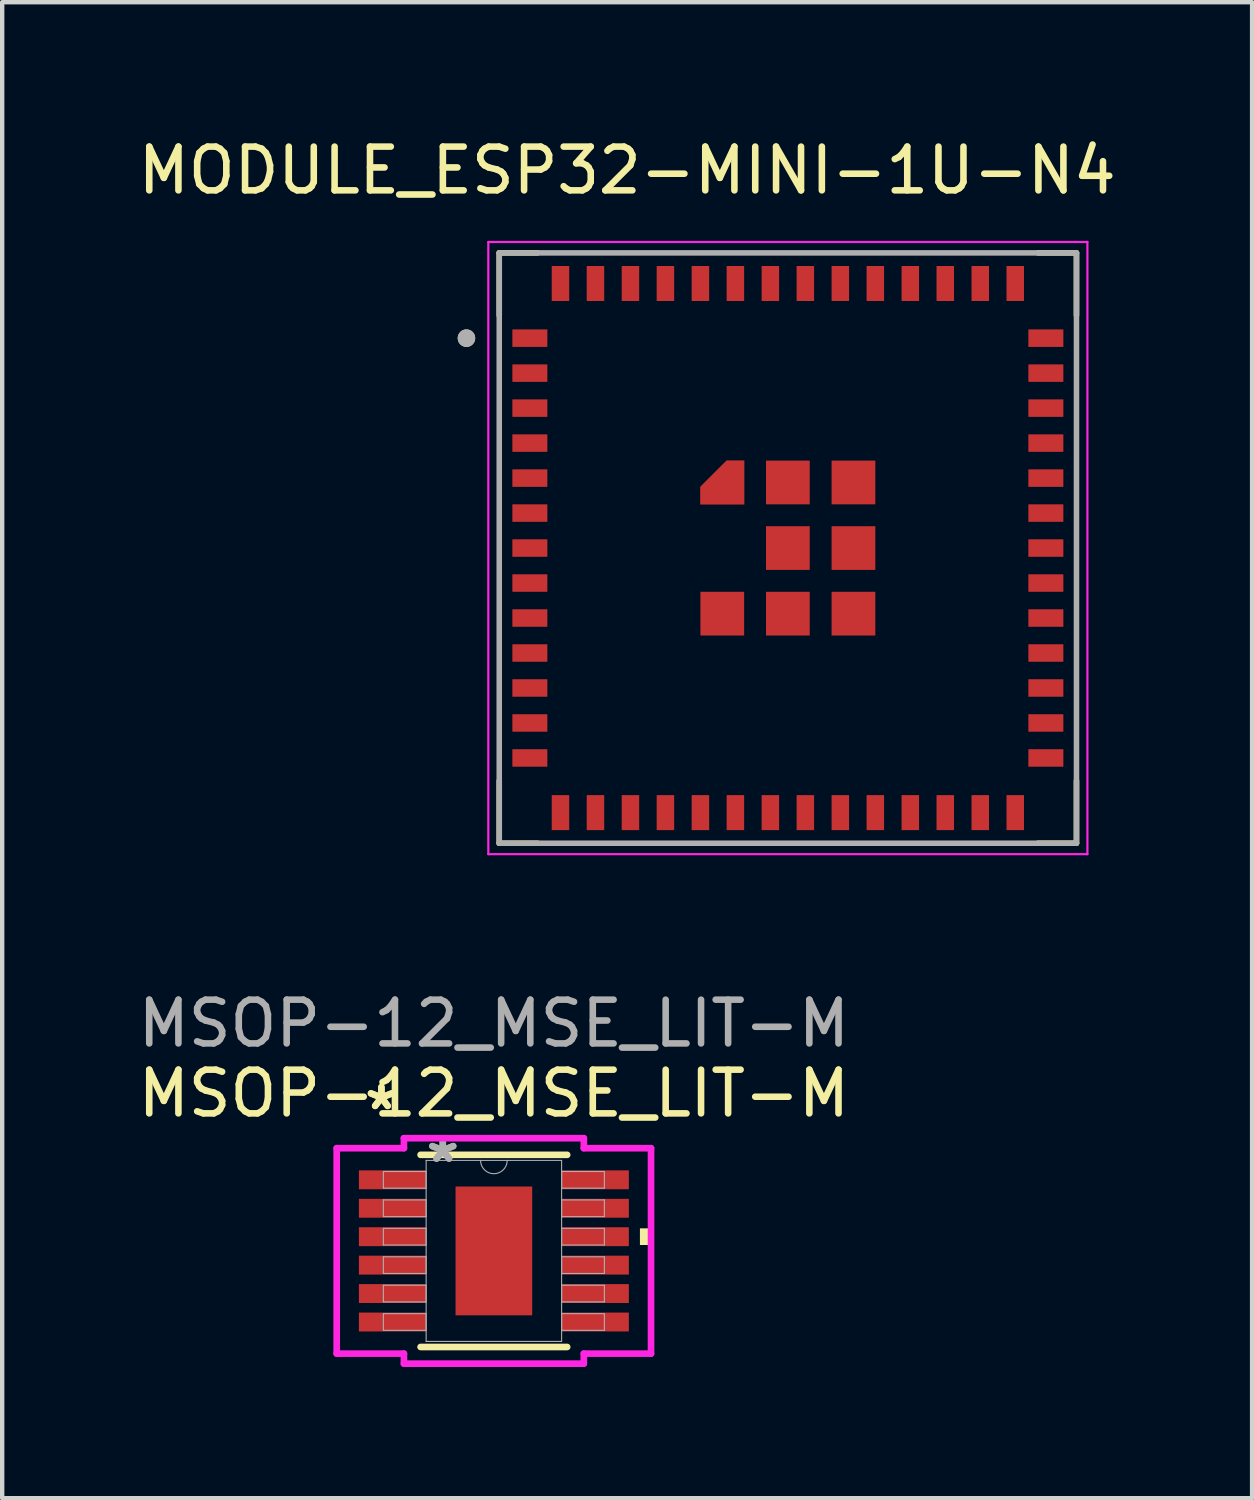
<source format=kicad_pcb>
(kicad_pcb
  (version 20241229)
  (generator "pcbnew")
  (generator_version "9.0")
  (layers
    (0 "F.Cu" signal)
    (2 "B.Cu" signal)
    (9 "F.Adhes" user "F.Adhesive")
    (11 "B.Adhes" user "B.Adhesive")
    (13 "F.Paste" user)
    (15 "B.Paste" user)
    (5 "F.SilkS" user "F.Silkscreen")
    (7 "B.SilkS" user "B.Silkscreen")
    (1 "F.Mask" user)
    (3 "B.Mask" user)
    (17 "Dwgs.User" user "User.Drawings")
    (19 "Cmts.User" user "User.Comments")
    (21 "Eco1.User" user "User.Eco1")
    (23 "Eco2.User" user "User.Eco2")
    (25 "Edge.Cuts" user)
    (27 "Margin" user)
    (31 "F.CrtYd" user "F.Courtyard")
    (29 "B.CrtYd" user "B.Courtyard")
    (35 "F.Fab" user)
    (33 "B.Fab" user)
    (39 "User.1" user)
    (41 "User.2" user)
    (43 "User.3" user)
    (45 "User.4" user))
  (footprint "MODULE_ESP32-MINI-1U-N4"
    (layer "F.Cu")
    (at 14.967 9.483)
    (property "Reference" "MODULE_ESP32-MINI-1U-N4" (at -3.675 -8.635 0) (layer "F.SilkS") (effects (font (size 1 1) (thickness 0.15))))
    (attr smd)
    (fp_poly (pts (xy -2.1 -0.9) (xy -0.9 -0.9) (xy -0.9 -2.1) (xy -1.45 -2.1) (xy -2.1 -1.45)) (stroke (width 0.01) (type solid)) (fill yes) (layer "F.Mask"))
    (fp_line (start -6.6 -6.75) (end -6.6 -5.32) (stroke (width 0.127) (type solid)) (layer "F.SilkS"))
    (fp_line (start -6.6 6.75) (end -6.6 5.32) (stroke (width 0.127) (type solid)) (layer "F.SilkS"))
    (fp_line (start -6.6 6.75) (end -5.72 6.75) (stroke (width 0.127) (type solid)) (layer "F.SilkS"))
    (fp_line (start -5.72 -6.75) (end -6.6 -6.75) (stroke (width 0.127) (type solid)) (layer "F.SilkS"))
    (fp_line (start 5.72 6.75) (end 6.6 6.75) (stroke (width 0.127) (type solid)) (layer "F.SilkS"))
    (fp_line (start 6.6 -6.75) (end 5.72 -6.75) (stroke (width 0.127) (type solid)) (layer "F.SilkS"))
    (fp_line (start 6.6 -5.32) (end 6.6 -6.75) (stroke (width 0.127) (type solid)) (layer "F.SilkS"))
    (fp_line (start 6.6 6.75) (end 6.6 5.32) (stroke (width 0.127) (type solid)) (layer "F.SilkS"))
    (fp_circle (center -7.35 -4.8) (end -7.25 -4.8) (stroke (width 0.2) (type solid)) (fill no) (layer "F.SilkS"))
    (fp_poly (pts (xy -2 -1) (xy -1 -1) (xy -1 -1.02) (xy -1 -2) (xy -1.4 -2) (xy -2 -1.4)) (stroke (width 0.01) (type solid)) (fill yes) (layer "F.Paste"))
    (fp_line (start -6.85 -7) (end -6.85 7) (stroke (width 0.05) (type solid)) (layer "F.CrtYd"))
    (fp_line (start -6.85 7) (end 6.85 7) (stroke (width 0.05) (type solid)) (layer "F.CrtYd"))
    (fp_line (start 6.85 -7) (end -6.85 -7) (stroke (width 0.05) (type solid)) (layer "F.CrtYd"))
    (fp_line (start 6.85 7) (end 6.85 -7) (stroke (width 0.05) (type solid)) (layer "F.CrtYd"))
    (fp_line (start -6.6 -6.75) (end -6.6 6.75) (stroke (width 0.127) (type solid)) (layer "F.Fab"))
    (fp_line (start -6.6 6.75) (end 6.6 6.75) (stroke (width 0.127) (type solid)) (layer "F.Fab"))
    (fp_line (start 6.6 -6.75) (end -6.6 -6.75) (stroke (width 0.127) (type solid)) (layer "F.Fab"))
    (fp_line (start 6.6 6.75) (end 6.6 -6.75) (stroke (width 0.127) (type solid)) (layer "F.Fab"))
    (fp_circle (center -7.35 -4.8) (end -7.25 -4.8) (stroke (width 0.2) (type solid)) (fill no) (layer "F.Fab"))
    (pad "1" smd rect (at -5.9 -4.8) (size 0.8 0.4) (layers "F.Cu" "F.Mask" "F.Paste"))
    (pad "2" smd rect (at -5.9 -4) (size 0.8 0.4) (layers "F.Cu" "F.Mask" "F.Paste"))
    (pad "3" smd rect (at -5.9 -3.2) (size 0.8 0.4) (layers "F.Cu" "F.Mask" "F.Paste"))
    (pad "4" smd rect (at -5.9 -2.4) (size 0.8 0.4) (layers "F.Cu" "F.Mask" "F.Paste"))
    (pad "5" smd rect (at -5.9 -1.6) (size 0.8 0.4) (layers "F.Cu" "F.Mask" "F.Paste"))
    (pad "6" smd rect (at -5.9 -0.8) (size 0.8 0.4) (layers "F.Cu" "F.Mask" "F.Paste"))
    (pad "7" smd rect (at -5.9 0) (size 0.8 0.4) (layers "F.Cu" "F.Mask" "F.Paste"))
    (pad "8" smd rect (at -5.9 0.8) (size 0.8 0.4) (layers "F.Cu" "F.Mask" "F.Paste"))
    (pad "9" smd rect (at -5.9 1.6) (size 0.8 0.4) (layers "F.Cu" "F.Mask" "F.Paste"))
    (pad "10" smd rect (at -5.9 2.4) (size 0.8 0.4) (layers "F.Cu" "F.Mask" "F.Paste"))
    (pad "11" smd rect (at -5.9 3.2) (size 0.8 0.4) (layers "F.Cu" "F.Mask" "F.Paste"))
    (pad "12" smd rect (at -5.9 4) (size 0.8 0.4) (layers "F.Cu" "F.Mask" "F.Paste"))
    (pad "13" smd rect (at -5.9 4.8) (size 0.8 0.4) (layers "F.Cu" "F.Mask" "F.Paste"))
    (pad "14" smd rect (at -5.2 6.05) (size 0.4 0.8) (layers "F.Cu" "F.Mask" "F.Paste"))
    (pad "15" smd rect (at -4.4 6.05) (size 0.4 0.8) (layers "F.Cu" "F.Mask" "F.Paste"))
    (pad "16" smd rect (at -3.6 6.05) (size 0.4 0.8) (layers "F.Cu" "F.Mask" "F.Paste"))
    (pad "17" smd rect (at -2.8 6.05) (size 0.4 0.8) (layers "F.Cu" "F.Mask" "F.Paste"))
    (pad "18" smd rect (at -2 6.05) (size 0.4 0.8) (layers "F.Cu" "F.Mask" "F.Paste"))
    (pad "19" smd rect (at -1.2 6.05) (size 0.4 0.8) (layers "F.Cu" "F.Mask" "F.Paste"))
    (pad "20" smd rect (at -0.4 6.05) (size 0.4 0.8) (layers "F.Cu" "F.Mask" "F.Paste"))
    (pad "21" smd rect (at 0.4 6.05) (size 0.4 0.8) (layers "F.Cu" "F.Mask" "F.Paste"))
    (pad "22" smd rect (at 1.2 6.05) (size 0.4 0.8) (layers "F.Cu" "F.Mask" "F.Paste"))
    (pad "23" smd rect (at 2 6.05) (size 0.4 0.8) (layers "F.Cu" "F.Mask" "F.Paste"))
    (pad "24" smd rect (at 2.8 6.05) (size 0.4 0.8) (layers "F.Cu" "F.Mask" "F.Paste"))
    (pad "25" smd rect (at 3.6 6.05) (size 0.4 0.8) (layers "F.Cu" "F.Mask" "F.Paste"))
    (pad "26" smd rect (at 4.4 6.05) (size 0.4 0.8) (layers "F.Cu" "F.Mask" "F.Paste"))
    (pad "27" smd rect (at 5.2 6.05) (size 0.4 0.8) (layers "F.Cu" "F.Mask" "F.Paste"))
    (pad "28" smd rect (at 5.9 4.8) (size 0.8 0.4) (layers "F.Cu" "F.Mask" "F.Paste"))
    (pad "29" smd rect (at 5.9 4) (size 0.8 0.4) (layers "F.Cu" "F.Mask" "F.Paste"))
    (pad "30" smd rect (at 5.9 3.2) (size 0.8 0.4) (layers "F.Cu" "F.Mask" "F.Paste"))
    (pad "31" smd rect (at 5.9 2.4) (size 0.8 0.4) (layers "F.Cu" "F.Mask" "F.Paste"))
    (pad "32" smd rect (at 5.9 1.6) (size 0.8 0.4) (layers "F.Cu" "F.Mask" "F.Paste"))
    (pad "33" smd rect (at 5.9 0.8) (size 0.8 0.4) (layers "F.Cu" "F.Mask" "F.Paste"))
    (pad "34" smd rect (at 5.9 0) (size 0.8 0.4) (layers "F.Cu" "F.Mask" "F.Paste"))
    (pad "35" smd rect (at 5.9 -0.8) (size 0.8 0.4) (layers "F.Cu" "F.Mask" "F.Paste"))
    (pad "36" smd rect (at 5.9 -1.6) (size 0.8 0.4) (layers "F.Cu" "F.Mask" "F.Paste"))
    (pad "37" smd rect (at 5.9 -2.4) (size 0.8 0.4) (layers "F.Cu" "F.Mask" "F.Paste"))
    (pad "38" smd rect (at 5.9 -3.2) (size 0.8 0.4) (layers "F.Cu" "F.Mask" "F.Paste"))
    (pad "39" smd rect (at 5.9 -4) (size 0.8 0.4) (layers "F.Cu" "F.Mask" "F.Paste"))
    (pad "40" smd rect (at 5.9 -4.8) (size 0.8 0.4) (layers "F.Cu" "F.Mask" "F.Paste"))
    (pad "41" smd rect (at 5.2 -6.05) (size 0.4 0.8) (layers "F.Cu" "F.Mask" "F.Paste"))
    (pad "42" smd rect (at 4.4 -6.05) (size 0.4 0.8) (layers "F.Cu" "F.Mask" "F.Paste"))
    (pad "43" smd rect (at 3.6 -6.05) (size 0.4 0.8) (layers "F.Cu" "F.Mask" "F.Paste"))
    (pad "44" smd rect (at 2.8 -6.05) (size 0.4 0.8) (layers "F.Cu" "F.Mask" "F.Paste"))
    (pad "45" smd rect (at 2 -6.05) (size 0.4 0.8) (layers "F.Cu" "F.Mask" "F.Paste"))
    (pad "46" smd rect (at 1.2 -6.05) (size 0.4 0.8) (layers "F.Cu" "F.Mask" "F.Paste"))
    (pad "47" smd rect (at 0.4 -6.05) (size 0.4 0.8) (layers "F.Cu" "F.Mask" "F.Paste"))
    (pad "48" smd rect (at -0.4 -6.05) (size 0.4 0.8) (layers "F.Cu" "F.Mask" "F.Paste"))
    (pad "49" smd rect (at -1.2 -6.05) (size 0.4 0.8) (layers "F.Cu" "F.Mask" "F.Paste"))
    (pad "50" smd rect (at -2 -6.05) (size 0.4 0.8) (layers "F.Cu" "F.Mask" "F.Paste"))
    (pad "51" smd rect (at -2.8 -6.05) (size 0.4 0.8) (layers "F.Cu" "F.Mask" "F.Paste"))
    (pad "52" smd rect (at -3.6 -6.05) (size 0.4 0.8) (layers "F.Cu" "F.Mask" "F.Paste"))
    (pad "53" smd rect (at -4.4 -6.05) (size 0.4 0.8) (layers "F.Cu" "F.Mask" "F.Paste"))
    (pad "54" smd rect (at -5.2 -6.05) (size 0.4 0.8) (layers "F.Cu" "F.Mask" "F.Paste"))
    (pad "55" smd rect (at 0 0) (size 1 1) (layers "F.Cu" "F.Mask" "F.Paste"))
    (pad "56" smd custom (at -1.5 -1.5) (size 0.25 0.25) (layers "F.Cu") (options (anchor rect)) (primitives (gr_poly (pts (xy 0.5 -0.5) (xy 0.1 -0.5) (xy -0.5 0.1) (xy -0.5 0.5) (xy -0.33 0.5) (xy 0.5 0.5)) (width 0.01) (fill yes))))
    (pad "57" smd rect (at 0 -1.5) (size 1 1) (layers "F.Cu" "F.Mask" "F.Paste"))
    (pad "58" smd rect (at 1.5 -1.5) (size 1 1) (layers "F.Cu" "F.Mask" "F.Paste"))
    (pad "59" smd rect (at 1.5 0) (size 1 1) (layers "F.Cu" "F.Mask" "F.Paste"))
    (pad "60" smd rect (at 1.5 1.5) (size 1 1) (layers "F.Cu" "F.Mask" "F.Paste"))
    (pad "61" smd rect (at 0 1.5) (size 1 1) (layers "F.Cu" "F.Mask" "F.Paste"))
    (pad "62" smd rect (at -1.5 1.5) (size 1 1) (layers "F.Cu" "F.Mask" "F.Paste")))
  (footprint "MSOP-12_MSE_LIT-M"
    (layer "F.Cu")
    (at 8.244 25.556)
    (property "Reference" "MSOP-12_MSE_LIT-M" (at 0 -3.6 0) (unlocked yes) (layer "F.SilkS") (effects (font (size 1 1) (thickness 0.15))))
    (attr smd)
    (fp_line (start -1.676 2.197) (end 1.676 2.197) (stroke (width 0.152) (type solid)) (layer "F.SilkS"))
    (fp_line (start 1.676 -2.197) (end -1.676 -2.197) (stroke (width 0.152) (type solid)) (layer "F.SilkS"))
    (fp_poly (pts (xy 3.594 -0.516) (xy 3.594 -0.135) (xy 3.34 -0.135) (xy 3.34 -0.516)) (stroke (width 0) (type solid)) (fill yes) (layer "F.SilkS"))
    (fp_poly (pts (xy -0.776 -1.373) (xy -0.776 -0.1) (xy 0.776 -0.1) (xy 0.776 -1.373)) (stroke (width 0) (type solid)) (fill yes) (layer "F.Paste"))
    (fp_poly (pts (xy -0.776 0.1) (xy -0.776 1.373) (xy 0.776 1.373) (xy 0.776 0.1)) (stroke (width 0) (type solid)) (fill yes) (layer "F.Paste"))
    (fp_line (start -3.594 -2.349) (end -2.057 -2.349) (stroke (width 0.152) (type solid)) (layer "F.CrtYd"))
    (fp_line (start -3.594 2.349) (end -3.594 -2.349) (stroke (width 0.152) (type solid)) (layer "F.CrtYd"))
    (fp_line (start -3.594 2.349) (end -2.057 2.349) (stroke (width 0.152) (type solid)) (layer "F.CrtYd"))
    (fp_line (start -2.057 -2.578) (end 2.057 -2.578) (stroke (width 0.152) (type solid)) (layer "F.CrtYd"))
    (fp_line (start -2.057 -2.349) (end -2.057 -2.578) (stroke (width 0.152) (type solid)) (layer "F.CrtYd"))
    (fp_line (start -2.057 2.578) (end -2.057 2.349) (stroke (width 0.152) (type solid)) (layer "F.CrtYd"))
    (fp_line (start 2.057 -2.578) (end 2.057 -2.349) (stroke (width 0.152) (type solid)) (layer "F.CrtYd"))
    (fp_line (start 2.057 2.349) (end 2.057 2.578) (stroke (width 0.152) (type solid)) (layer "F.CrtYd"))
    (fp_line (start 2.057 2.578) (end -2.057 2.578) (stroke (width 0.152) (type solid)) (layer "F.CrtYd"))
    (fp_line (start 3.594 -2.349) (end 2.057 -2.349) (stroke (width 0.152) (type solid)) (layer "F.CrtYd"))
    (fp_line (start 3.594 -2.349) (end 3.594 2.349) (stroke (width 0.152) (type solid)) (layer "F.CrtYd"))
    (fp_line (start 3.594 2.349) (end 2.057 2.349) (stroke (width 0.152) (type solid)) (layer "F.CrtYd"))
    (fp_line (start -2.527 -1.816) (end -2.527 -1.435) (stroke (width 0.025) (type solid)) (layer "F.Fab"))
    (fp_line (start -2.527 -1.435) (end -1.549 -1.435) (stroke (width 0.025) (type solid)) (layer "F.Fab"))
    (fp_line (start -2.527 -1.166) (end -2.527 -0.785) (stroke (width 0.025) (type solid)) (layer "F.Fab"))
    (fp_line (start -2.527 -0.785) (end -1.549 -0.785) (stroke (width 0.025) (type solid)) (layer "F.Fab"))
    (fp_line (start -2.527 -0.516) (end -2.527 -0.135) (stroke (width 0.025) (type solid)) (layer "F.Fab"))
    (fp_line (start -2.527 -0.135) (end -1.549 -0.135) (stroke (width 0.025) (type solid)) (layer "F.Fab"))
    (fp_line (start -2.527 0.135) (end -2.527 0.516) (stroke (width 0.025) (type solid)) (layer "F.Fab"))
    (fp_line (start -2.527 0.516) (end -1.549 0.516) (stroke (width 0.025) (type solid)) (layer "F.Fab"))
    (fp_line (start -2.527 0.785) (end -2.527 1.166) (stroke (width 0.025) (type solid)) (layer "F.Fab"))
    (fp_line (start -2.527 1.166) (end -1.549 1.166) (stroke (width 0.025) (type solid)) (layer "F.Fab"))
    (fp_line (start -2.527 1.435) (end -2.527 1.816) (stroke (width 0.025) (type solid)) (layer "F.Fab"))
    (fp_line (start -2.527 1.816) (end -1.549 1.816) (stroke (width 0.025) (type solid)) (layer "F.Fab"))
    (fp_line (start -1.549 -2.07) (end -1.549 2.07) (stroke (width 0.025) (type solid)) (layer "F.Fab"))
    (fp_line (start -1.549 -1.816) (end -2.527 -1.816) (stroke (width 0.025) (type solid)) (layer "F.Fab"))
    (fp_line (start -1.549 -1.435) (end -1.549 -1.816) (stroke (width 0.025) (type solid)) (layer "F.Fab"))
    (fp_line (start -1.549 -1.166) (end -2.527 -1.166) (stroke (width 0.025) (type solid)) (layer "F.Fab"))
    (fp_line (start -1.549 -0.785) (end -1.549 -1.166) (stroke (width 0.025) (type solid)) (layer "F.Fab"))
    (fp_line (start -1.549 -0.516) (end -2.527 -0.516) (stroke (width 0.025) (type solid)) (layer "F.Fab"))
    (fp_line (start -1.549 -0.135) (end -1.549 -0.516) (stroke (width 0.025) (type solid)) (layer "F.Fab"))
    (fp_line (start -1.549 0.135) (end -2.527 0.135) (stroke (width 0.025) (type solid)) (layer "F.Fab"))
    (fp_line (start -1.549 0.516) (end -1.549 0.135) (stroke (width 0.025) (type solid)) (layer "F.Fab"))
    (fp_line (start -1.549 0.785) (end -2.527 0.785) (stroke (width 0.025) (type solid)) (layer "F.Fab"))
    (fp_line (start -1.549 1.166) (end -1.549 0.785) (stroke (width 0.025) (type solid)) (layer "F.Fab"))
    (fp_line (start -1.549 1.435) (end -2.527 1.435) (stroke (width 0.025) (type solid)) (layer "F.Fab"))
    (fp_line (start -1.549 1.816) (end -1.549 1.435) (stroke (width 0.025) (type solid)) (layer "F.Fab"))
    (fp_line (start -1.549 2.07) (end 1.549 2.07) (stroke (width 0.025) (type solid)) (layer "F.Fab"))
    (fp_line (start 1.549 -2.07) (end -1.549 -2.07) (stroke (width 0.025) (type solid)) (layer "F.Fab"))
    (fp_line (start 1.549 -1.816) (end 1.549 -1.435) (stroke (width 0.025) (type solid)) (layer "F.Fab"))
    (fp_line (start 1.549 -1.435) (end 2.527 -1.435) (stroke (width 0.025) (type solid)) (layer "F.Fab"))
    (fp_line (start 1.549 -1.166) (end 1.549 -0.785) (stroke (width 0.025) (type solid)) (layer "F.Fab"))
    (fp_line (start 1.549 -0.785) (end 2.527 -0.785) (stroke (width 0.025) (type solid)) (layer "F.Fab"))
    (fp_line (start 1.549 -0.516) (end 1.549 -0.135) (stroke (width 0.025) (type solid)) (layer "F.Fab"))
    (fp_line (start 1.549 -0.135) (end 2.527 -0.135) (stroke (width 0.025) (type solid)) (layer "F.Fab"))
    (fp_line (start 1.549 0.135) (end 1.549 0.516) (stroke (width 0.025) (type solid)) (layer "F.Fab"))
    (fp_line (start 1.549 0.516) (end 2.527 0.516) (stroke (width 0.025) (type solid)) (layer "F.Fab"))
    (fp_line (start 1.549 0.785) (end 1.549 1.166) (stroke (width 0.025) (type solid)) (layer "F.Fab"))
    (fp_line (start 1.549 1.166) (end 2.527 1.166) (stroke (width 0.025) (type solid)) (layer "F.Fab"))
    (fp_line (start 1.549 1.435) (end 1.549 1.816) (stroke (width 0.025) (type solid)) (layer "F.Fab"))
    (fp_line (start 1.549 1.816) (end 2.527 1.816) (stroke (width 0.025) (type solid)) (layer "F.Fab"))
    (fp_line (start 1.549 2.07) (end 1.549 -2.07) (stroke (width 0.025) (type solid)) (layer "F.Fab"))
    (fp_line (start 2.527 -1.816) (end 1.549 -1.816) (stroke (width 0.025) (type solid)) (layer "F.Fab"))
    (fp_line (start 2.527 -1.435) (end 2.527 -1.816) (stroke (width 0.025) (type solid)) (layer "F.Fab"))
    (fp_line (start 2.527 -1.166) (end 1.549 -1.166) (stroke (width 0.025) (type solid)) (layer "F.Fab"))
    (fp_line (start 2.527 -0.785) (end 2.527 -1.166) (stroke (width 0.025) (type solid)) (layer "F.Fab"))
    (fp_line (start 2.527 -0.516) (end 1.549 -0.516) (stroke (width 0.025) (type solid)) (layer "F.Fab"))
    (fp_line (start 2.527 -0.135) (end 2.527 -0.516) (stroke (width 0.025) (type solid)) (layer "F.Fab"))
    (fp_line (start 2.527 0.135) (end 1.549 0.135) (stroke (width 0.025) (type solid)) (layer "F.Fab"))
    (fp_line (start 2.527 0.516) (end 2.527 0.135) (stroke (width 0.025) (type solid)) (layer "F.Fab"))
    (fp_line (start 2.527 0.785) (end 1.549 0.785) (stroke (width 0.025) (type solid)) (layer "F.Fab"))
    (fp_line (start 2.527 1.166) (end 2.527 0.785) (stroke (width 0.025) (type solid)) (layer "F.Fab"))
    (fp_line (start 2.527 1.435) (end 1.549 1.435) (stroke (width 0.025) (type solid)) (layer "F.Fab"))
    (fp_line (start 2.527 1.816) (end 2.527 1.435) (stroke (width 0.025) (type solid)) (layer "F.Fab"))
    (fp_arc (start 0.3048 -2.0701) (mid 0 -1.7653) (end -0.3048 -2.0701) (stroke (width 0.0254) (type solid)) (layer "F.Fab"))
    (fp_text user "*" (at -2.572 -3.2 0) (layer "F.SilkS") (effects (font (size 1 1) (thickness 0.15))))
    (fp_text user "*" (at -2.572 -3.2 0) (unlocked yes) (layer "F.SilkS") (effects (font (size 1 1) (thickness 0.15))))
    (fp_text user "*" (at -1.168 -1.994 0) (unlocked yes) (layer "F.Fab") (effects (font (size 1 1) (thickness 0.15))))
    (fp_text user "${REFERENCE}" (at 0 -5.2 0) (unlocked yes) (layer "F.Fab") (effects (font (size 1 1) (thickness 0.15))))
    (fp_text user "*" (at -1.168 -1.994 0) (layer "F.Fab") (effects (font (size 1 1) (thickness 0.15))))
    (pad "1" smd rect (at -2.318 -1.626) (size 1.537 0.432) (layers "F.Cu" "F.Mask" "F.Paste"))
    (pad "2" smd rect (at -2.318 -0.975) (size 1.537 0.432) (layers "F.Cu" "F.Mask" "F.Paste"))
    (pad "3" smd rect (at -2.318 -0.325) (size 1.537 0.432) (layers "F.Cu" "F.Mask" "F.Paste"))
    (pad "4" smd rect (at -2.318 0.325) (size 1.537 0.432) (layers "F.Cu" "F.Mask" "F.Paste"))
    (pad "5" smd rect (at -2.318 0.975) (size 1.537 0.432) (layers "F.Cu" "F.Mask" "F.Paste"))
    (pad "6" smd rect (at -2.318 1.626) (size 1.537 0.432) (layers "F.Cu" "F.Mask" "F.Paste"))
    (pad "7" smd rect (at 2.318 1.626) (size 1.537 0.432) (layers "F.Cu" "F.Mask" "F.Paste"))
    (pad "8" smd rect (at 2.318 0.975) (size 1.537 0.432) (layers "F.Cu" "F.Mask" "F.Paste"))
    (pad "9" smd rect (at 2.318 0.325) (size 1.537 0.432) (layers "F.Cu" "F.Mask" "F.Paste"))
    (pad "10" smd rect (at 2.318 -0.325) (size 1.537 0.432) (layers "F.Cu" "F.Mask" "F.Paste"))
    (pad "11" smd rect (at 2.318 -0.975) (size 1.537 0.432) (layers "F.Cu" "F.Mask" "F.Paste"))
    (pad "12" smd rect (at 2.318 -1.626) (size 1.537 0.432) (layers "F.Cu" "F.Mask" "F.Paste"))
    (pad "EPAD" smd rect (at 0 0 180) (size 1.753 2.946) (layers "F.Cu" "F.Mask")))
  (gr_rect
    (start -3 -3)
    (end 25.583 31.211)
    (stroke (width 0.1) (type default))
    (fill no)
    (layer "Edge.Cuts")))
</source>
